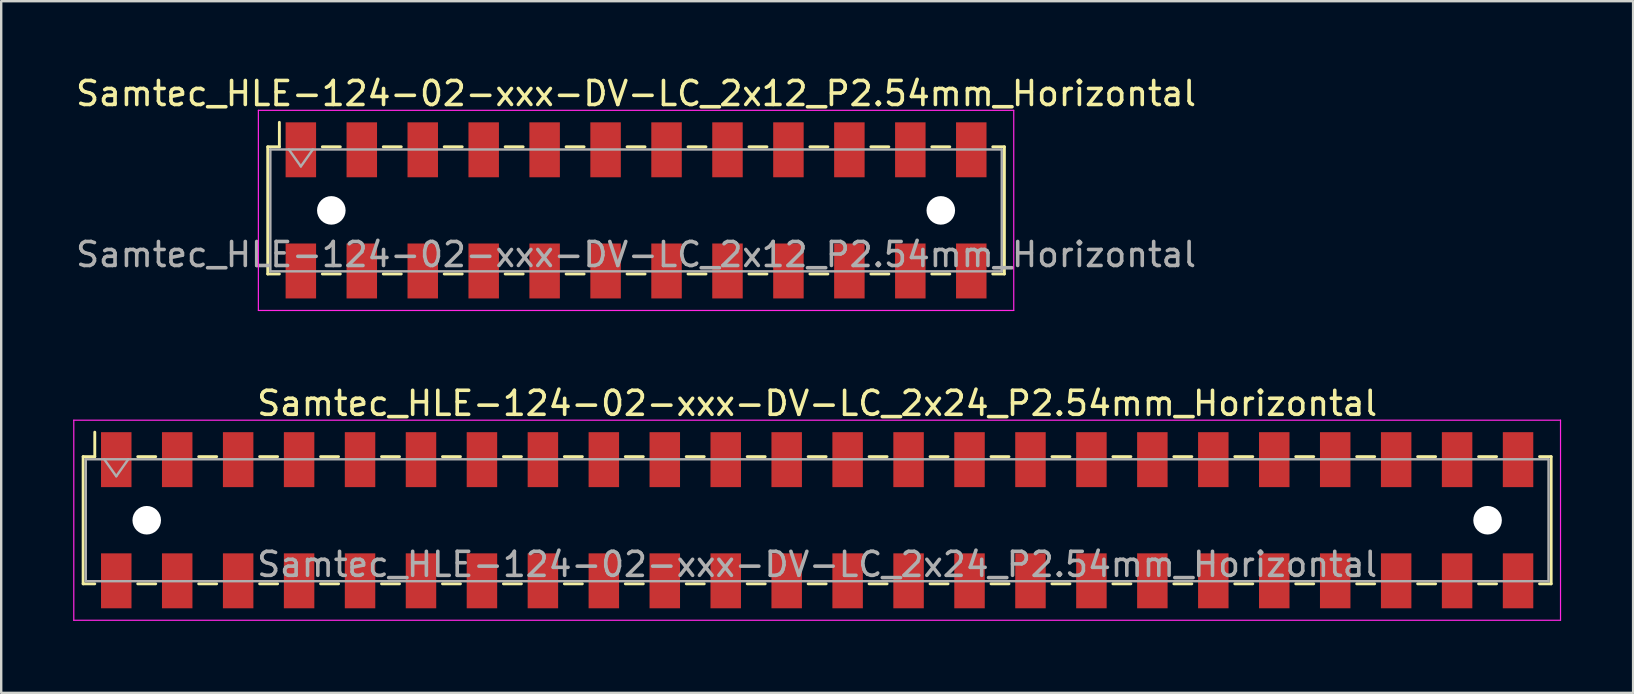
<source format=kicad_pcb>
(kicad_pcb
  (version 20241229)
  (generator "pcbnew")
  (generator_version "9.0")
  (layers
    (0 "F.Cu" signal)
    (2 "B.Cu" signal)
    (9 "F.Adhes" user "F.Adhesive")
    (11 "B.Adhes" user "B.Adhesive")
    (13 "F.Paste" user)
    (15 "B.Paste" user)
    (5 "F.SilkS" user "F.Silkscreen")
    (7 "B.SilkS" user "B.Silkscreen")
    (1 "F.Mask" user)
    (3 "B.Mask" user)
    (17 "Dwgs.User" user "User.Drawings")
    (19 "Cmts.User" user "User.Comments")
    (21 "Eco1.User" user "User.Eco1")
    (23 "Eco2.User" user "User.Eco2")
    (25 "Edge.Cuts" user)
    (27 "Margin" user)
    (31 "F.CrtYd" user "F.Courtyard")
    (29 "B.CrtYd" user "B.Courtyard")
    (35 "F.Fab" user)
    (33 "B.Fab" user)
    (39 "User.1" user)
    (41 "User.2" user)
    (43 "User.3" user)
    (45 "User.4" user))
  (footprint "Samtec_HLE-124-02-xxx-DV-LC_2x12_P2.54mm_Horizontal"
    (layer "F.Cu")
    (at 23.458 5.718)
    (property "Reference" "Samtec_HLE-124-02-xxx-DV-LC_2x12_P2.54mm_Horizontal" (at 0 -4.87 0) (layer "F.SilkS") (effects (font (size 1 1) (thickness 0.15))))
    (attr smd)
    (fp_line (start -15.35 -2.65) (end -15.35 2.65) (stroke (width 0.12) (type solid)) (layer "F.SilkS"))
    (fp_line (start -15.35 2.65) (end -14.865 2.65) (stroke (width 0.12) (type solid)) (layer "F.SilkS"))
    (fp_line (start -14.865 -3.67) (end -14.865 -2.65) (stroke (width 0.12) (type solid)) (layer "F.SilkS"))
    (fp_line (start -14.865 -2.65) (end -15.35 -2.65) (stroke (width 0.12) (type solid)) (layer "F.SilkS"))
    (fp_line (start -13.075 -2.65) (end -12.325 -2.65) (stroke (width 0.12) (type solid)) (layer "F.SilkS"))
    (fp_line (start -13.075 2.65) (end -12.325 2.65) (stroke (width 0.12) (type solid)) (layer "F.SilkS"))
    (fp_line (start -10.535 -2.65) (end -9.785 -2.65) (stroke (width 0.12) (type solid)) (layer "F.SilkS"))
    (fp_line (start -10.535 2.65) (end -9.785 2.65) (stroke (width 0.12) (type solid)) (layer "F.SilkS"))
    (fp_line (start -7.995 -2.65) (end -7.245 -2.65) (stroke (width 0.12) (type solid)) (layer "F.SilkS"))
    (fp_line (start -7.995 2.65) (end -7.245 2.65) (stroke (width 0.12) (type solid)) (layer "F.SilkS"))
    (fp_line (start -5.455 -2.65) (end -4.705 -2.65) (stroke (width 0.12) (type solid)) (layer "F.SilkS"))
    (fp_line (start -5.455 2.65) (end -4.705 2.65) (stroke (width 0.12) (type solid)) (layer "F.SilkS"))
    (fp_line (start -2.915 -2.65) (end -2.165 -2.65) (stroke (width 0.12) (type solid)) (layer "F.SilkS"))
    (fp_line (start -2.915 2.65) (end -2.165 2.65) (stroke (width 0.12) (type solid)) (layer "F.SilkS"))
    (fp_line (start -0.375 -2.65) (end 0.375 -2.65) (stroke (width 0.12) (type solid)) (layer "F.SilkS"))
    (fp_line (start -0.375 2.65) (end 0.375 2.65) (stroke (width 0.12) (type solid)) (layer "F.SilkS"))
    (fp_line (start 2.165 -2.65) (end 2.915 -2.65) (stroke (width 0.12) (type solid)) (layer "F.SilkS"))
    (fp_line (start 2.165 2.65) (end 2.915 2.65) (stroke (width 0.12) (type solid)) (layer "F.SilkS"))
    (fp_line (start 4.705 -2.65) (end 5.455 -2.65) (stroke (width 0.12) (type solid)) (layer "F.SilkS"))
    (fp_line (start 4.705 2.65) (end 5.455 2.65) (stroke (width 0.12) (type solid)) (layer "F.SilkS"))
    (fp_line (start 7.245 -2.65) (end 7.995 -2.65) (stroke (width 0.12) (type solid)) (layer "F.SilkS"))
    (fp_line (start 7.245 2.65) (end 7.995 2.65) (stroke (width 0.12) (type solid)) (layer "F.SilkS"))
    (fp_line (start 9.785 -2.65) (end 10.535 -2.65) (stroke (width 0.12) (type solid)) (layer "F.SilkS"))
    (fp_line (start 9.785 2.65) (end 10.535 2.65) (stroke (width 0.12) (type solid)) (layer "F.SilkS"))
    (fp_line (start 12.325 -2.65) (end 13.075 -2.65) (stroke (width 0.12) (type solid)) (layer "F.SilkS"))
    (fp_line (start 12.325 2.65) (end 13.075 2.65) (stroke (width 0.12) (type solid)) (layer "F.SilkS"))
    (fp_line (start 14.865 -2.65) (end 15.35 -2.65) (stroke (width 0.12) (type solid)) (layer "F.SilkS"))
    (fp_line (start 15.35 -2.65) (end 15.35 2.65) (stroke (width 0.12) (type solid)) (layer "F.SilkS"))
    (fp_line (start 15.35 2.65) (end 14.865 2.65) (stroke (width 0.12) (type solid)) (layer "F.SilkS"))
    (fp_line (start -15.74 -4.17) (end 15.74 -4.17) (stroke (width 0.05) (type solid)) (layer "F.CrtYd"))
    (fp_line (start -15.74 4.17) (end -15.74 -4.17) (stroke (width 0.05) (type solid)) (layer "F.CrtYd"))
    (fp_line (start 15.74 -4.17) (end 15.74 4.17) (stroke (width 0.05) (type solid)) (layer "F.CrtYd"))
    (fp_line (start 15.74 4.17) (end -15.74 4.17) (stroke (width 0.05) (type solid)) (layer "F.CrtYd"))
    (fp_line (start -15.24 -2.54) (end 15.24 -2.54) (stroke (width 0.1) (type solid)) (layer "F.Fab"))
    (fp_line (start -15.24 2.54) (end -15.24 -2.54) (stroke (width 0.1) (type solid)) (layer "F.Fab"))
    (fp_line (start -14.47 -2.54) (end -13.97 -1.833) (stroke (width 0.1) (type solid)) (layer "F.Fab"))
    (fp_line (start -13.97 -1.833) (end -13.47 -2.54) (stroke (width 0.1) (type solid)) (layer "F.Fab"))
    (fp_line (start 15.24 -2.54) (end 15.24 2.54) (stroke (width 0.1) (type solid)) (layer "F.Fab"))
    (fp_line (start 15.24 2.54) (end -15.24 2.54) (stroke (width 0.1) (type solid)) (layer "F.Fab"))
    (fp_text user "${REFERENCE}" (at 0 1.84 0) (layer "F.Fab") (effects (font (size 1 1) (thickness 0.15))))
    (pad "" np_thru_hole circle (at -12.7 0) (size 1.19 1.19) (drill 1.19) (layers "*.Cu" "*.Mask"))
    (pad "" np_thru_hole circle (at 12.7 0) (size 1.19 1.19) (drill 1.19) (layers "*.Cu" "*.Mask"))
    (pad "1" smd rect (at -13.97 -2.525) (size 1.27 2.29) (layers "F.Cu" "F.Mask" "F.Paste"))
    (pad "2" smd rect (at -13.97 2.525) (size 1.27 2.29) (layers "F.Cu" "F.Mask" "F.Paste"))
    (pad "3" smd rect (at -11.43 -2.525) (size 1.27 2.29) (layers "F.Cu" "F.Mask" "F.Paste"))
    (pad "4" smd rect (at -11.43 2.525) (size 1.27 2.29) (layers "F.Cu" "F.Mask" "F.Paste"))
    (pad "5" smd rect (at -8.89 -2.525) (size 1.27 2.29) (layers "F.Cu" "F.Mask" "F.Paste"))
    (pad "6" smd rect (at -8.89 2.525) (size 1.27 2.29) (layers "F.Cu" "F.Mask" "F.Paste"))
    (pad "7" smd rect (at -6.35 -2.525) (size 1.27 2.29) (layers "F.Cu" "F.Mask" "F.Paste"))
    (pad "8" smd rect (at -6.35 2.525) (size 1.27 2.29) (layers "F.Cu" "F.Mask" "F.Paste"))
    (pad "9" smd rect (at -3.81 -2.525) (size 1.27 2.29) (layers "F.Cu" "F.Mask" "F.Paste"))
    (pad "10" smd rect (at -3.81 2.525) (size 1.27 2.29) (layers "F.Cu" "F.Mask" "F.Paste"))
    (pad "11" smd rect (at -1.27 -2.525) (size 1.27 2.29) (layers "F.Cu" "F.Mask" "F.Paste"))
    (pad "12" smd rect (at -1.27 2.525) (size 1.27 2.29) (layers "F.Cu" "F.Mask" "F.Paste"))
    (pad "13" smd rect (at 1.27 -2.525) (size 1.27 2.29) (layers "F.Cu" "F.Mask" "F.Paste"))
    (pad "14" smd rect (at 1.27 2.525) (size 1.27 2.29) (layers "F.Cu" "F.Mask" "F.Paste"))
    (pad "15" smd rect (at 3.81 -2.525) (size 1.27 2.29) (layers "F.Cu" "F.Mask" "F.Paste"))
    (pad "16" smd rect (at 3.81 2.525) (size 1.27 2.29) (layers "F.Cu" "F.Mask" "F.Paste"))
    (pad "17" smd rect (at 6.35 -2.525) (size 1.27 2.29) (layers "F.Cu" "F.Mask" "F.Paste"))
    (pad "18" smd rect (at 6.35 2.525) (size 1.27 2.29) (layers "F.Cu" "F.Mask" "F.Paste"))
    (pad "19" smd rect (at 8.89 -2.525) (size 1.27 2.29) (layers "F.Cu" "F.Mask" "F.Paste"))
    (pad "20" smd rect (at 8.89 2.525) (size 1.27 2.29) (layers "F.Cu" "F.Mask" "F.Paste"))
    (pad "21" smd rect (at 11.43 -2.525) (size 1.27 2.29) (layers "F.Cu" "F.Mask" "F.Paste"))
    (pad "22" smd rect (at 11.43 2.525) (size 1.27 2.29) (layers "F.Cu" "F.Mask" "F.Paste"))
    (pad "23" smd rect (at 13.97 -2.525) (size 1.27 2.29) (layers "F.Cu" "F.Mask" "F.Paste"))
    (pad "24" smd rect (at 13.97 2.525) (size 1.27 2.29) (layers "F.Cu" "F.Mask" "F.Paste")))
  (footprint "Samtec_HLE-124-02-xxx-DV-LC_2x24_P2.54mm_Horizontal"
    (layer "F.Cu")
    (at 31.005 18.631)
    (property "Reference" "Samtec_HLE-124-02-xxx-DV-LC_2x24_P2.54mm_Horizontal" (at 0 -4.87 0) (layer "F.SilkS") (effects (font (size 1 1) (thickness 0.15))))
    (attr smd)
    (fp_line (start -30.59 -2.65) (end -30.59 2.65) (stroke (width 0.12) (type solid)) (layer "F.SilkS"))
    (fp_line (start -30.59 2.65) (end -30.105 2.65) (stroke (width 0.12) (type solid)) (layer "F.SilkS"))
    (fp_line (start -30.105 -3.67) (end -30.105 -2.65) (stroke (width 0.12) (type solid)) (layer "F.SilkS"))
    (fp_line (start -30.105 -2.65) (end -30.59 -2.65) (stroke (width 0.12) (type solid)) (layer "F.SilkS"))
    (fp_line (start -28.315 -2.65) (end -27.565 -2.65) (stroke (width 0.12) (type solid)) (layer "F.SilkS"))
    (fp_line (start -28.315 2.65) (end -27.565 2.65) (stroke (width 0.12) (type solid)) (layer "F.SilkS"))
    (fp_line (start -25.775 -2.65) (end -25.025 -2.65) (stroke (width 0.12) (type solid)) (layer "F.SilkS"))
    (fp_line (start -25.775 2.65) (end -25.025 2.65) (stroke (width 0.12) (type solid)) (layer "F.SilkS"))
    (fp_line (start -23.235 -2.65) (end -22.485 -2.65) (stroke (width 0.12) (type solid)) (layer "F.SilkS"))
    (fp_line (start -23.235 2.65) (end -22.485 2.65) (stroke (width 0.12) (type solid)) (layer "F.SilkS"))
    (fp_line (start -20.695 -2.65) (end -19.945 -2.65) (stroke (width 0.12) (type solid)) (layer "F.SilkS"))
    (fp_line (start -20.695 2.65) (end -19.945 2.65) (stroke (width 0.12) (type solid)) (layer "F.SilkS"))
    (fp_line (start -18.155 -2.65) (end -17.405 -2.65) (stroke (width 0.12) (type solid)) (layer "F.SilkS"))
    (fp_line (start -18.155 2.65) (end -17.405 2.65) (stroke (width 0.12) (type solid)) (layer "F.SilkS"))
    (fp_line (start -15.615 -2.65) (end -14.865 -2.65) (stroke (width 0.12) (type solid)) (layer "F.SilkS"))
    (fp_line (start -15.615 2.65) (end -14.865 2.65) (stroke (width 0.12) (type solid)) (layer "F.SilkS"))
    (fp_line (start -13.075 -2.65) (end -12.325 -2.65) (stroke (width 0.12) (type solid)) (layer "F.SilkS"))
    (fp_line (start -13.075 2.65) (end -12.325 2.65) (stroke (width 0.12) (type solid)) (layer "F.SilkS"))
    (fp_line (start -10.535 -2.65) (end -9.785 -2.65) (stroke (width 0.12) (type solid)) (layer "F.SilkS"))
    (fp_line (start -10.535 2.65) (end -9.785 2.65) (stroke (width 0.12) (type solid)) (layer "F.SilkS"))
    (fp_line (start -7.995 -2.65) (end -7.245 -2.65) (stroke (width 0.12) (type solid)) (layer "F.SilkS"))
    (fp_line (start -7.995 2.65) (end -7.245 2.65) (stroke (width 0.12) (type solid)) (layer "F.SilkS"))
    (fp_line (start -5.455 -2.65) (end -4.705 -2.65) (stroke (width 0.12) (type solid)) (layer "F.SilkS"))
    (fp_line (start -5.455 2.65) (end -4.705 2.65) (stroke (width 0.12) (type solid)) (layer "F.SilkS"))
    (fp_line (start -2.915 -2.65) (end -2.165 -2.65) (stroke (width 0.12) (type solid)) (layer "F.SilkS"))
    (fp_line (start -2.915 2.65) (end -2.165 2.65) (stroke (width 0.12) (type solid)) (layer "F.SilkS"))
    (fp_line (start -0.375 -2.65) (end 0.375 -2.65) (stroke (width 0.12) (type solid)) (layer "F.SilkS"))
    (fp_line (start -0.375 2.65) (end 0.375 2.65) (stroke (width 0.12) (type solid)) (layer "F.SilkS"))
    (fp_line (start 2.165 -2.65) (end 2.915 -2.65) (stroke (width 0.12) (type solid)) (layer "F.SilkS"))
    (fp_line (start 2.165 2.65) (end 2.915 2.65) (stroke (width 0.12) (type solid)) (layer "F.SilkS"))
    (fp_line (start 4.705 -2.65) (end 5.455 -2.65) (stroke (width 0.12) (type solid)) (layer "F.SilkS"))
    (fp_line (start 4.705 2.65) (end 5.455 2.65) (stroke (width 0.12) (type solid)) (layer "F.SilkS"))
    (fp_line (start 7.245 -2.65) (end 7.995 -2.65) (stroke (width 0.12) (type solid)) (layer "F.SilkS"))
    (fp_line (start 7.245 2.65) (end 7.995 2.65) (stroke (width 0.12) (type solid)) (layer "F.SilkS"))
    (fp_line (start 9.785 -2.65) (end 10.535 -2.65) (stroke (width 0.12) (type solid)) (layer "F.SilkS"))
    (fp_line (start 9.785 2.65) (end 10.535 2.65) (stroke (width 0.12) (type solid)) (layer "F.SilkS"))
    (fp_line (start 12.325 -2.65) (end 13.075 -2.65) (stroke (width 0.12) (type solid)) (layer "F.SilkS"))
    (fp_line (start 12.325 2.65) (end 13.075 2.65) (stroke (width 0.12) (type solid)) (layer "F.SilkS"))
    (fp_line (start 14.865 -2.65) (end 15.615 -2.65) (stroke (width 0.12) (type solid)) (layer "F.SilkS"))
    (fp_line (start 14.865 2.65) (end 15.615 2.65) (stroke (width 0.12) (type solid)) (layer "F.SilkS"))
    (fp_line (start 17.405 -2.65) (end 18.155 -2.65) (stroke (width 0.12) (type solid)) (layer "F.SilkS"))
    (fp_line (start 17.405 2.65) (end 18.155 2.65) (stroke (width 0.12) (type solid)) (layer "F.SilkS"))
    (fp_line (start 19.945 -2.65) (end 20.695 -2.65) (stroke (width 0.12) (type solid)) (layer "F.SilkS"))
    (fp_line (start 19.945 2.65) (end 20.695 2.65) (stroke (width 0.12) (type solid)) (layer "F.SilkS"))
    (fp_line (start 22.485 -2.65) (end 23.235 -2.65) (stroke (width 0.12) (type solid)) (layer "F.SilkS"))
    (fp_line (start 22.485 2.65) (end 23.235 2.65) (stroke (width 0.12) (type solid)) (layer "F.SilkS"))
    (fp_line (start 25.025 -2.65) (end 25.775 -2.65) (stroke (width 0.12) (type solid)) (layer "F.SilkS"))
    (fp_line (start 25.025 2.65) (end 25.775 2.65) (stroke (width 0.12) (type solid)) (layer "F.SilkS"))
    (fp_line (start 27.565 -2.65) (end 28.315 -2.65) (stroke (width 0.12) (type solid)) (layer "F.SilkS"))
    (fp_line (start 27.565 2.65) (end 28.315 2.65) (stroke (width 0.12) (type solid)) (layer "F.SilkS"))
    (fp_line (start 30.105 -2.65) (end 30.59 -2.65) (stroke (width 0.12) (type solid)) (layer "F.SilkS"))
    (fp_line (start 30.59 -2.65) (end 30.59 2.65) (stroke (width 0.12) (type solid)) (layer "F.SilkS"))
    (fp_line (start 30.59 2.65) (end 30.105 2.65) (stroke (width 0.12) (type solid)) (layer "F.SilkS"))
    (fp_line (start -30.98 -4.17) (end 30.98 -4.17) (stroke (width 0.05) (type solid)) (layer "F.CrtYd"))
    (fp_line (start -30.98 4.17) (end -30.98 -4.17) (stroke (width 0.05) (type solid)) (layer "F.CrtYd"))
    (fp_line (start 30.98 -4.17) (end 30.98 4.17) (stroke (width 0.05) (type solid)) (layer "F.CrtYd"))
    (fp_line (start 30.98 4.17) (end -30.98 4.17) (stroke (width 0.05) (type solid)) (layer "F.CrtYd"))
    (fp_line (start -30.48 -2.54) (end 30.48 -2.54) (stroke (width 0.1) (type solid)) (layer "F.Fab"))
    (fp_line (start -30.48 2.54) (end -30.48 -2.54) (stroke (width 0.1) (type solid)) (layer "F.Fab"))
    (fp_line (start -29.71 -2.54) (end -29.21 -1.833) (stroke (width 0.1) (type solid)) (layer "F.Fab"))
    (fp_line (start -29.21 -1.833) (end -28.71 -2.54) (stroke (width 0.1) (type solid)) (layer "F.Fab"))
    (fp_line (start 30.48 -2.54) (end 30.48 2.54) (stroke (width 0.1) (type solid)) (layer "F.Fab"))
    (fp_line (start 30.48 2.54) (end -30.48 2.54) (stroke (width 0.1) (type solid)) (layer "F.Fab"))
    (fp_text user "${REFERENCE}" (at 0 1.84 0) (layer "F.Fab") (effects (font (size 1 1) (thickness 0.15))))
    (pad "" np_thru_hole circle (at -27.94 0) (size 1.19 1.19) (drill 1.19) (layers "*.Cu" "*.Mask"))
    (pad "" np_thru_hole circle (at 27.94 0) (size 1.19 1.19) (drill 1.19) (layers "*.Cu" "*.Mask"))
    (pad "1" smd rect (at -29.21 -2.525) (size 1.27 2.29) (layers "F.Cu" "F.Mask" "F.Paste"))
    (pad "2" smd rect (at -29.21 2.525) (size 1.27 2.29) (layers "F.Cu" "F.Mask" "F.Paste"))
    (pad "3" smd rect (at -26.67 -2.525) (size 1.27 2.29) (layers "F.Cu" "F.Mask" "F.Paste"))
    (pad "4" smd rect (at -26.67 2.525) (size 1.27 2.29) (layers "F.Cu" "F.Mask" "F.Paste"))
    (pad "5" smd rect (at -24.13 -2.525) (size 1.27 2.29) (layers "F.Cu" "F.Mask" "F.Paste"))
    (pad "6" smd rect (at -24.13 2.525) (size 1.27 2.29) (layers "F.Cu" "F.Mask" "F.Paste"))
    (pad "7" smd rect (at -21.59 -2.525) (size 1.27 2.29) (layers "F.Cu" "F.Mask" "F.Paste"))
    (pad "8" smd rect (at -21.59 2.525) (size 1.27 2.29) (layers "F.Cu" "F.Mask" "F.Paste"))
    (pad "9" smd rect (at -19.05 -2.525) (size 1.27 2.29) (layers "F.Cu" "F.Mask" "F.Paste"))
    (pad "10" smd rect (at -19.05 2.525) (size 1.27 2.29) (layers "F.Cu" "F.Mask" "F.Paste"))
    (pad "11" smd rect (at -16.51 -2.525) (size 1.27 2.29) (layers "F.Cu" "F.Mask" "F.Paste"))
    (pad "12" smd rect (at -16.51 2.525) (size 1.27 2.29) (layers "F.Cu" "F.Mask" "F.Paste"))
    (pad "13" smd rect (at -13.97 -2.525) (size 1.27 2.29) (layers "F.Cu" "F.Mask" "F.Paste"))
    (pad "14" smd rect (at -13.97 2.525) (size 1.27 2.29) (layers "F.Cu" "F.Mask" "F.Paste"))
    (pad "15" smd rect (at -11.43 -2.525) (size 1.27 2.29) (layers "F.Cu" "F.Mask" "F.Paste"))
    (pad "16" smd rect (at -11.43 2.525) (size 1.27 2.29) (layers "F.Cu" "F.Mask" "F.Paste"))
    (pad "17" smd rect (at -8.89 -2.525) (size 1.27 2.29) (layers "F.Cu" "F.Mask" "F.Paste"))
    (pad "18" smd rect (at -8.89 2.525) (size 1.27 2.29) (layers "F.Cu" "F.Mask" "F.Paste"))
    (pad "19" smd rect (at -6.35 -2.525) (size 1.27 2.29) (layers "F.Cu" "F.Mask" "F.Paste"))
    (pad "20" smd rect (at -6.35 2.525) (size 1.27 2.29) (layers "F.Cu" "F.Mask" "F.Paste"))
    (pad "21" smd rect (at -3.81 -2.525) (size 1.27 2.29) (layers "F.Cu" "F.Mask" "F.Paste"))
    (pad "22" smd rect (at -3.81 2.525) (size 1.27 2.29) (layers "F.Cu" "F.Mask" "F.Paste"))
    (pad "23" smd rect (at -1.27 -2.525) (size 1.27 2.29) (layers "F.Cu" "F.Mask" "F.Paste"))
    (pad "24" smd rect (at -1.27 2.525) (size 1.27 2.29) (layers "F.Cu" "F.Mask" "F.Paste"))
    (pad "25" smd rect (at 1.27 -2.525) (size 1.27 2.29) (layers "F.Cu" "F.Mask" "F.Paste"))
    (pad "26" smd rect (at 1.27 2.525) (size 1.27 2.29) (layers "F.Cu" "F.Mask" "F.Paste"))
    (pad "27" smd rect (at 3.81 -2.525) (size 1.27 2.29) (layers "F.Cu" "F.Mask" "F.Paste"))
    (pad "28" smd rect (at 3.81 2.525) (size 1.27 2.29) (layers "F.Cu" "F.Mask" "F.Paste"))
    (pad "29" smd rect (at 6.35 -2.525) (size 1.27 2.29) (layers "F.Cu" "F.Mask" "F.Paste"))
    (pad "30" smd rect (at 6.35 2.525) (size 1.27 2.29) (layers "F.Cu" "F.Mask" "F.Paste"))
    (pad "31" smd rect (at 8.89 -2.525) (size 1.27 2.29) (layers "F.Cu" "F.Mask" "F.Paste"))
    (pad "32" smd rect (at 8.89 2.525) (size 1.27 2.29) (layers "F.Cu" "F.Mask" "F.Paste"))
    (pad "33" smd rect (at 11.43 -2.525) (size 1.27 2.29) (layers "F.Cu" "F.Mask" "F.Paste"))
    (pad "34" smd rect (at 11.43 2.525) (size 1.27 2.29) (layers "F.Cu" "F.Mask" "F.Paste"))
    (pad "35" smd rect (at 13.97 -2.525) (size 1.27 2.29) (layers "F.Cu" "F.Mask" "F.Paste"))
    (pad "36" smd rect (at 13.97 2.525) (size 1.27 2.29) (layers "F.Cu" "F.Mask" "F.Paste"))
    (pad "37" smd rect (at 16.51 -2.525) (size 1.27 2.29) (layers "F.Cu" "F.Mask" "F.Paste"))
    (pad "38" smd rect (at 16.51 2.525) (size 1.27 2.29) (layers "F.Cu" "F.Mask" "F.Paste"))
    (pad "39" smd rect (at 19.05 -2.525) (size 1.27 2.29) (layers "F.Cu" "F.Mask" "F.Paste"))
    (pad "40" smd rect (at 19.05 2.525) (size 1.27 2.29) (layers "F.Cu" "F.Mask" "F.Paste"))
    (pad "41" smd rect (at 21.59 -2.525) (size 1.27 2.29) (layers "F.Cu" "F.Mask" "F.Paste"))
    (pad "42" smd rect (at 21.59 2.525) (size 1.27 2.29) (layers "F.Cu" "F.Mask" "F.Paste"))
    (pad "43" smd rect (at 24.13 -2.525) (size 1.27 2.29) (layers "F.Cu" "F.Mask" "F.Paste"))
    (pad "44" smd rect (at 24.13 2.525) (size 1.27 2.29) (layers "F.Cu" "F.Mask" "F.Paste"))
    (pad "45" smd rect (at 26.67 -2.525) (size 1.27 2.29) (layers "F.Cu" "F.Mask" "F.Paste"))
    (pad "46" smd rect (at 26.67 2.525) (size 1.27 2.29) (layers "F.Cu" "F.Mask" "F.Paste"))
    (pad "47" smd rect (at 29.21 -2.525) (size 1.27 2.29) (layers "F.Cu" "F.Mask" "F.Paste"))
    (pad "48" smd rect (at 29.21 2.525) (size 1.27 2.29) (layers "F.Cu" "F.Mask" "F.Paste")))
  (gr_rect
    (start -3 -3)
    (end 65.01 25.826)
    (stroke (width 0.1) (type default))
    (fill no)
    (layer "Edge.Cuts")))
</source>
